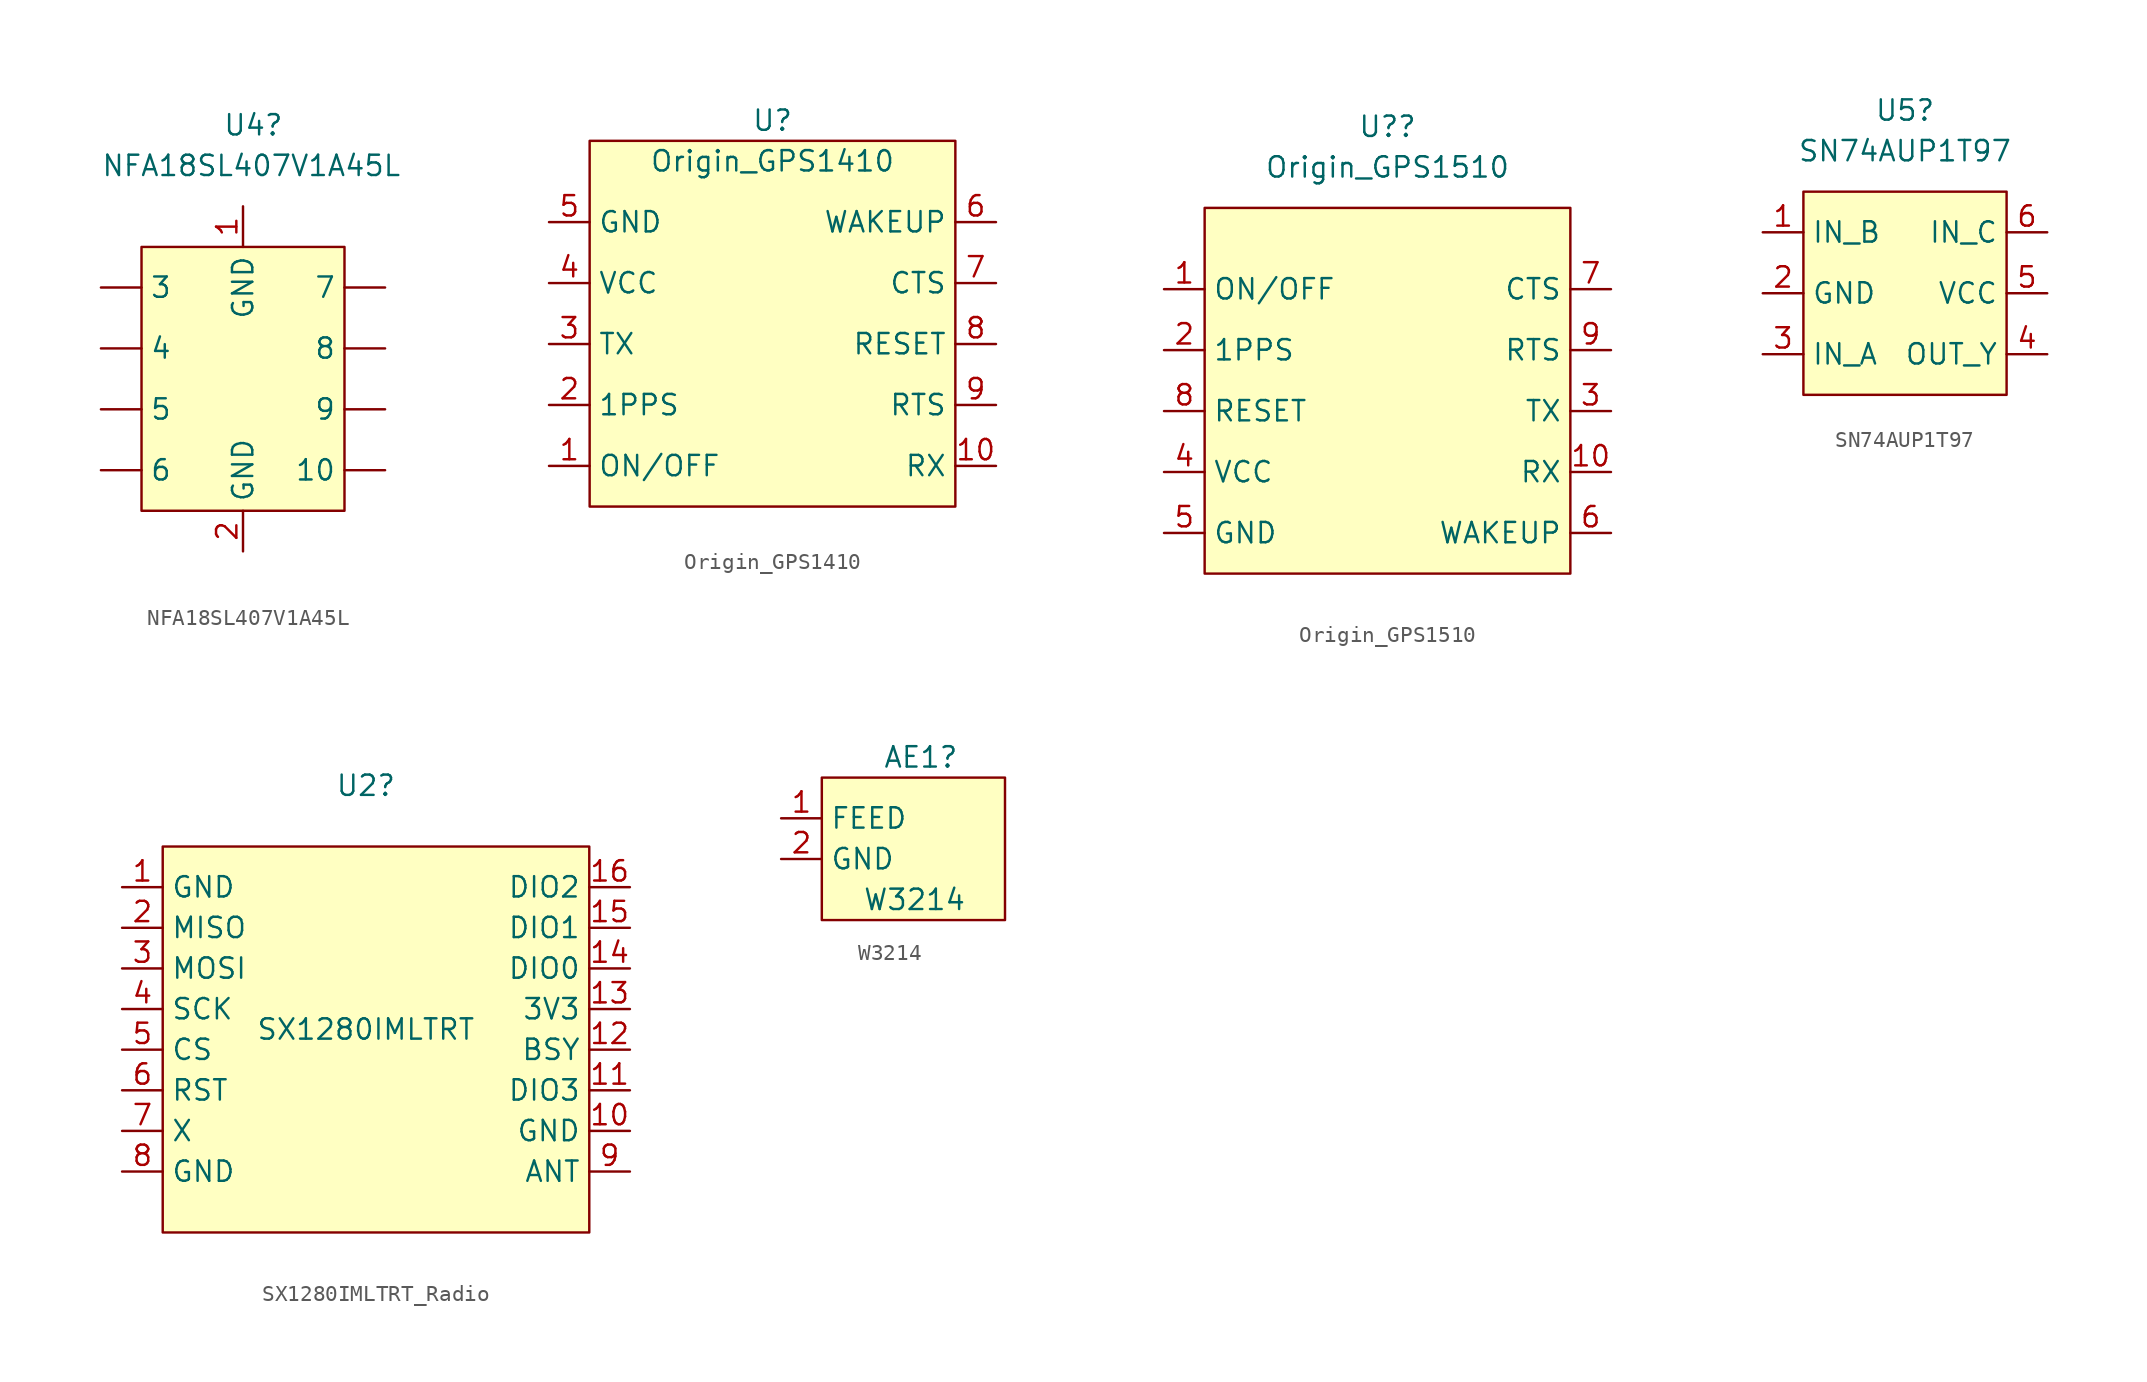
<source format=kicad_sym>
(kicad_symbol_lib
  (version 20211014)
  (generator kicad_symbol_editor)
  (symbol "NFA18SL407V1A45L"
    (property "Reference" "U4"
      (at -1.27 6.35 0)
      (effects (font (size 1.27 1.27)) (justify left)))
    (property "Value" "NFA18SL407V1A45L"
      (at -8.89 3.81 0)
      (effects (font (size 1.27 1.27)) (justify left)))
    (symbol "NFA18SL407V1A45L_0_1"
      (rectangle (start -6.35 -1.27) (end 6.35 -17.78) (stroke (width 0) (type default) (color 0 0 0 0)) (fill (type background))))
    (symbol "NFA18SL407V1A45L_1_1"
      (pin output line (at 8.89 -15.24 180) (length 2.54) (name "10" (effects (font (size 1.27 1.27)))) (number "" (effects (font (size 1.27 1.27)))))
      (pin input line (at -8.89 -3.81 0) (length 2.54) (name "3" (effects (font (size 1.27 1.27)))) (number "" (effects (font (size 1.27 1.27)))))
      (pin input line (at -8.89 -7.62 0) (length 2.54) (name "4" (effects (font (size 1.27 1.27)))) (number "" (effects (font (size 1.27 1.27)))))
      (pin input line (at -8.89 -11.43 0) (length 2.54) (name "5" (effects (font (size 1.27 1.27)))) (number "" (effects (font (size 1.27 1.27)))))
      (pin input line (at -8.89 -15.24 0) (length 2.54) (name "6" (effects (font (size 1.27 1.27)))) (number "" (effects (font (size 1.27 1.27)))))
      (pin output line (at 8.89 -3.81 180) (length 2.54) (name "7" (effects (font (size 1.27 1.27)))) (number "" (effects (font (size 1.27 1.27)))))
      (pin output line (at 8.89 -7.62 180) (length 2.54) (name "8" (effects (font (size 1.27 1.27)))) (number "" (effects (font (size 1.27 1.27)))))
      (pin output line (at 8.89 -11.43 180) (length 2.54) (name "9" (effects (font (size 1.27 1.27)))) (number "" (effects (font (size 1.27 1.27)))))
      (pin input line (at 0 1.27 270) (length 2.54) (name "GND" (effects (font (size 1.27 1.27)))) (number "1" (effects (font (size 1.27 1.27)))))
      (pin input line (at 0 -20.32 90) (length 2.54) (name "GND" (effects (font (size 1.27 1.27)))) (number "2" (effects (font (size 1.27 1.27)))))))
  (symbol "Origin_GPS1410"
    (property "Reference" "U"
      (at 0 -2.54 0)
      (effects (font (size 1.27 1.27))))
    (property "Value" "Origin_GPS1410"
      (at 0 -5.08 0)
      (effects (font (size 1.27 1.27))))
    (symbol "Origin_GPS1410_0_1"
      (rectangle (start -11.43 -3.81) (end 11.43 -26.67) (stroke (width 0) (type default) (color 0 0 0 0)) (fill (type background))))
    (symbol "Origin_GPS1410_1_1"
      (pin input line (at -13.97 -24.13 0) (length 2.54) (name "ON/OFF" (effects (font (size 1.27 1.27)))) (number "1" (effects (font (size 1.27 1.27)))))
      (pin bidirectional line (at 13.97 -24.13 180) (length 2.54) (name "RX" (effects (font (size 1.27 1.27)))) (number "10" (effects (font (size 1.27 1.27)))))
      (pin output line (at -13.97 -20.32 0) (length 2.54) (name "1PPS" (effects (font (size 1.27 1.27)))) (number "2" (effects (font (size 1.27 1.27)))))
      (pin bidirectional line (at -13.97 -16.51 0) (length 2.54) (name "TX" (effects (font (size 1.27 1.27)))) (number "3" (effects (font (size 1.27 1.27)))))
      (pin power_in line (at -13.97 -12.7 0) (length 2.54) (name "VCC" (effects (font (size 1.27 1.27)))) (number "4" (effects (font (size 1.27 1.27)))))
      (pin input line (at -13.97 -8.89 0) (length 2.54) (name "GND" (effects (font (size 1.27 1.27)))) (number "5" (effects (font (size 1.27 1.27)))))
      (pin output line (at 13.97 -8.89 180) (length 2.54) (name "WAKEUP" (effects (font (size 1.27 1.27)))) (number "6" (effects (font (size 1.27 1.27)))))
      (pin bidirectional line (at 13.97 -12.7 180) (length 2.54) (name "CTS" (effects (font (size 1.27 1.27)))) (number "7" (effects (font (size 1.27 1.27)))))
      (pin input line (at 13.97 -16.51 180) (length 2.54) (name "RESET" (effects (font (size 1.27 1.27)))) (number "8" (effects (font (size 1.27 1.27)))))
      (pin bidirectional line (at 13.97 -20.32 180) (length 2.54) (name "RTS" (effects (font (size 1.27 1.27)))) (number "9" (effects (font (size 1.27 1.27)))))))
  (symbol "Origin_GPS1510"
    (property "Reference" "U?"
      (at 0 1.27 0)
      (effects (font (size 1.27 1.27))))
    (property "Value" "Origin_GPS1510"
      (at 0 -1.27 0)
      (effects (font (size 1.27 1.27))))
    (symbol "Origin_GPS1510_0_1"
      (rectangle (start -11.43 -3.81) (end 11.43 -26.67) (stroke (width 0) (type default) (color 0 0 0 0)) (fill (type background))))
    (symbol "Origin_GPS1510_1_1"
      (pin input line (at -13.97 -8.89 0) (length 2.54) (name "ON/OFF" (effects (font (size 1.27 1.27)))) (number "1" (effects (font (size 1.27 1.27)))))
      (pin bidirectional line (at 13.97 -20.32 180) (length 2.54) (name "RX" (effects (font (size 1.27 1.27)))) (number "10" (effects (font (size 1.27 1.27)))))
      (pin output line (at -13.97 -12.7 0) (length 2.54) (name "1PPS" (effects (font (size 1.27 1.27)))) (number "2" (effects (font (size 1.27 1.27)))))
      (pin bidirectional line (at 13.97 -16.51 180) (length 2.54) (name "TX" (effects (font (size 1.27 1.27)))) (number "3" (effects (font (size 1.27 1.27)))))
      (pin power_in line (at -13.97 -20.32 0) (length 2.54) (name "VCC" (effects (font (size 1.27 1.27)))) (number "4" (effects (font (size 1.27 1.27)))))
      (pin input line (at -13.97 -24.13 0) (length 2.54) (name "GND" (effects (font (size 1.27 1.27)))) (number "5" (effects (font (size 1.27 1.27)))))
      (pin output line (at 13.97 -24.13 180) (length 2.54) (name "WAKEUP" (effects (font (size 1.27 1.27)))) (number "6" (effects (font (size 1.27 1.27)))))
      (pin bidirectional line (at 13.97 -8.89 180) (length 2.54) (name "CTS" (effects (font (size 1.27 1.27)))) (number "7" (effects (font (size 1.27 1.27)))))
      (pin input line (at -13.97 -16.51 0) (length 2.54) (name "RESET" (effects (font (size 1.27 1.27)))) (number "8" (effects (font (size 1.27 1.27)))))
      (pin bidirectional line (at 13.97 -12.7 180) (length 2.54) (name "RTS" (effects (font (size 1.27 1.27)))) (number "9" (effects (font (size 1.27 1.27)))))))
  (symbol "SN74AUP1T97"
    (property "Reference" "U5"
      (at 0 6.35 0)
      (effects (font (size 1.27 1.27))))
    (property "Value" "SN74AUP1T97"
      (at 0 3.81 0)
      (effects (font (size 1.27 1.27))))
    (symbol "SN74AUP1T97_0_1"
      (rectangle (start -6.35 1.27) (end 6.35 -11.43) (stroke (width 0) (type default) (color 0 0 0 0)) (fill (type background))))
    (symbol "SN74AUP1T97_1_1"
      (pin input line (at -8.89 -1.27 0) (length 2.54) (name "IN_B" (effects (font (size 1.27 1.27)))) (number "1" (effects (font (size 1.27 1.27)))))
      (pin power_in line (at -8.89 -5.08 0) (length 2.54) (name "GND" (effects (font (size 1.27 1.27)))) (number "2" (effects (font (size 1.27 1.27)))))
      (pin input line (at -8.89 -8.89 0) (length 2.54) (name "IN_A" (effects (font (size 1.27 1.27)))) (number "3" (effects (font (size 1.27 1.27)))))
      (pin output line (at 8.89 -8.89 180) (length 2.54) (name "OUT_Y" (effects (font (size 1.27 1.27)))) (number "4" (effects (font (size 1.27 1.27)))))
      (pin power_in line (at 8.89 -5.08 180) (length 2.54) (name "VCC" (effects (font (size 1.27 1.27)))) (number "5" (effects (font (size 1.27 1.27)))))
      (pin input line (at 8.89 -1.27 180) (length 2.54) (name "IN_C" (effects (font (size 1.27 1.27)))) (number "6" (effects (font (size 1.27 1.27)))))))
  (symbol "SX1280IMLTRT_Radio"
    (property "Reference" "U2"
      (at 0 15.24 0)
      (effects (font (size 1.27 1.27))))
    (property "Value" "SX1280IMLTRT"
      (at 0 0 0)
      (effects (font (size 1.27 1.27))))
    (symbol "SX1280IMLTRT_Radio_0_1"
      (rectangle (start -12.7 11.43) (end 13.97 -12.7) (stroke (width 0) (type default) (color 0 0 0 0)) (fill (type background))))
    (symbol "SX1280IMLTRT_Radio_1_1"
      (pin power_in line (at -15.24 8.89 0) (length 2.54) (name "GND" (effects (font (size 1.27 1.27)))) (number "1" (effects (font (size 1.27 1.27)))))
      (pin power_in line (at 16.51 -6.35 180) (length 2.54) (name "GND" (effects (font (size 1.27 1.27)))) (number "10" (effects (font (size 1.27 1.27)))))
      (pin bidirectional line (at 16.51 -3.81 180) (length 2.54) (name "DIO3" (effects (font (size 1.27 1.27)))) (number "11" (effects (font (size 1.27 1.27)))))
      (pin bidirectional line (at 16.51 -1.27 180) (length 2.54) (name "BSY" (effects (font (size 1.27 1.27)))) (number "12" (effects (font (size 1.27 1.27)))))
      (pin power_in line (at 16.51 1.27 180) (length 2.54) (name "3V3" (effects (font (size 1.27 1.27)))) (number "13" (effects (font (size 1.27 1.27)))))
      (pin bidirectional line (at 16.51 3.81 180) (length 2.54) (name "DIO0" (effects (font (size 1.27 1.27)))) (number "14" (effects (font (size 1.27 1.27)))))
      (pin bidirectional line (at 16.51 6.35 180) (length 2.54) (name "DIO1" (effects (font (size 1.27 1.27)))) (number "15" (effects (font (size 1.27 1.27)))))
      (pin bidirectional line (at 16.51 8.89 180) (length 2.54) (name "DIO2" (effects (font (size 1.27 1.27)))) (number "16" (effects (font (size 1.27 1.27)))))
      (pin bidirectional line (at -15.24 6.35 0) (length 2.54) (name "MISO" (effects (font (size 1.27 1.27)))) (number "2" (effects (font (size 1.27 1.27)))))
      (pin bidirectional line (at -15.24 3.81 0) (length 2.54) (name "MOSI" (effects (font (size 1.27 1.27)))) (number "3" (effects (font (size 1.27 1.27)))))
      (pin bidirectional line (at -15.24 1.27 0) (length 2.54) (name "SCK" (effects (font (size 1.27 1.27)))) (number "4" (effects (font (size 1.27 1.27)))))
      (pin bidirectional line (at -15.24 -1.27 0) (length 2.54) (name "CS" (effects (font (size 1.27 1.27)))) (number "5" (effects (font (size 1.27 1.27)))))
      (pin bidirectional line (at -15.24 -3.81 0) (length 2.54) (name "RST" (effects (font (size 1.27 1.27)))) (number "6" (effects (font (size 1.27 1.27)))))
      (pin bidirectional line (at -15.24 -6.35 0) (length 2.54) (name "X" (effects (font (size 1.27 1.27)))) (number "7" (effects (font (size 1.27 1.27)))))
      (pin power_in line (at -15.24 -8.89 0) (length 2.54) (name "GND" (effects (font (size 1.27 1.27)))) (number "8" (effects (font (size 1.27 1.27)))))
      (pin bidirectional line (at 16.51 -8.89 180) (length 2.54) (name "ANT" (effects (font (size 1.27 1.27)))) (number "9" (effects (font (size 1.27 1.27)))))))
  (symbol "W3214"
    (property "Reference" "AE1"
      (at -1.27 5.08 0)
      (effects (font (size 1.27 1.27)) (justify left)))
    (property "Value" "W3214"
      (at -2.54 -3.81 0)
      (effects (font (size 1.27 1.27)) (justify left)))
    (symbol "W3214_0_1"
      (rectangle (start -5.08 3.81) (end 6.35 -5.08) (stroke (width 0) (type default) (color 0 0 0 0)) (fill (type background))))
    (symbol "W3214_1_1"
      (pin bidirectional line (at -7.62 1.27 0) (length 2.54) (name "FEED" (effects (font (size 1.27 1.27)))) (number "1" (effects (font (size 1.27 1.27)))))
      (pin power_in line (at -7.62 -1.27 0) (length 2.54) (name "GND" (effects (font (size 1.27 1.27)))) (number "2" (effects (font (size 1.27 1.27))))))))
</source>
